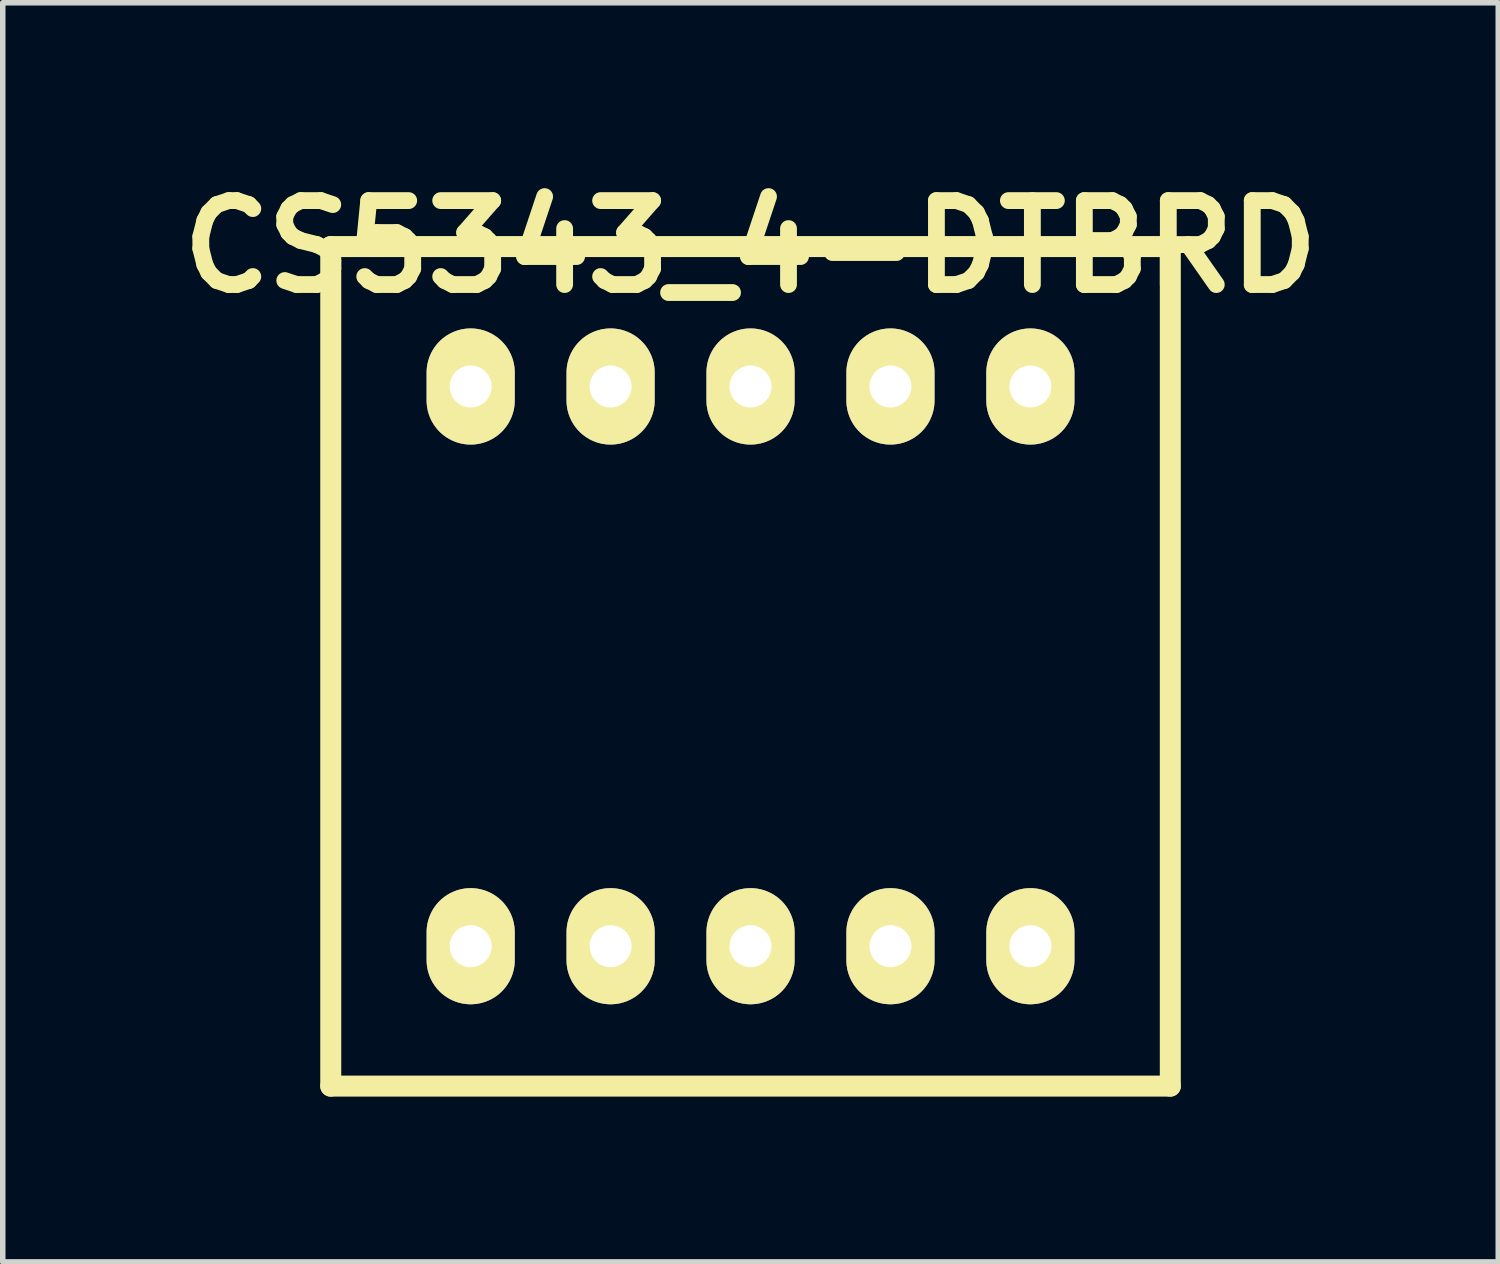
<source format=kicad_pcb>
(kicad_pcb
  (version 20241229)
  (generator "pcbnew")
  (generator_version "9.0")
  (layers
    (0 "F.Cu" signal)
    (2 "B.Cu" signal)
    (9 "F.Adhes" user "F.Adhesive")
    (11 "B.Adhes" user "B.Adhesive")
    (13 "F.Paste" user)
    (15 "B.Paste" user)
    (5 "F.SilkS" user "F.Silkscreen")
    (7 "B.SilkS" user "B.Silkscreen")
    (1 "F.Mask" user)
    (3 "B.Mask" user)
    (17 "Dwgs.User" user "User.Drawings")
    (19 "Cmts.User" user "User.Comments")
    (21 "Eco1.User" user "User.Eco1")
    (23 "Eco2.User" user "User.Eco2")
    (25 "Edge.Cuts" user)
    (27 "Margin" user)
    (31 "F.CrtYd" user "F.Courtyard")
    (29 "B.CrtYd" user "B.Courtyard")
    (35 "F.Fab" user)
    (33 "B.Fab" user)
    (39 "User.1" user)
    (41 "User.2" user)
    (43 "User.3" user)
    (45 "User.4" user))
  (footprint "CS5343_4-DTBRD"
    (layer "F.Cu")
    (at 10.574 9.046)
    (property "Reference" "CS5343_4-DTBRD" (at 0 -7.62 0) (layer "F.SilkS") (effects (font (size 1.524 1.524) (thickness 0.305))))
    (attr through_hole)
    (fp_line (start -7.62 -7.62) (end 7.62 -7.62) (stroke (width 0.381) (type solid)) (layer "F.SilkS"))
    (fp_line (start -7.62 7.62) (end -7.62 -7.62) (stroke (width 0.381) (type solid)) (layer "F.SilkS"))
    (fp_line (start 7.62 -7.62) (end 7.62 7.62) (stroke (width 0.381) (type solid)) (layer "F.SilkS"))
    (fp_line (start 7.62 7.62) (end -7.62 7.62) (stroke (width 0.381) (type solid)) (layer "F.SilkS"))
    (pad "1" thru_hole oval (at -5.08 5.08) (size 1.6 2.108) (drill 0.762) (layers "*.Cu" "*.Mask" "F.SilkS"))
    (pad "2" thru_hole oval (at -2.54 5.08) (size 1.6 2.108) (drill 0.762) (layers "*.Cu" "*.Mask" "F.SilkS"))
    (pad "3" thru_hole oval (at 0 5.08) (size 1.6 2.108) (drill 0.762) (layers "*.Cu" "*.Mask" "F.SilkS"))
    (pad "4" thru_hole oval (at 2.54 5.08) (size 1.6 2.108) (drill 0.762) (layers "*.Cu" "*.Mask" "F.SilkS"))
    (pad "5" thru_hole oval (at 5.08 5.08) (size 1.6 2.108) (drill 0.762) (layers "*.Cu" "*.Mask" "F.SilkS"))
    (pad "6" thru_hole oval (at 5.08 -5.08) (size 1.6 2.108) (drill 0.762) (layers "*.Cu" "*.Mask" "F.SilkS"))
    (pad "7" thru_hole oval (at 2.54 -5.08) (size 1.6 2.108) (drill 0.762) (layers "*.Cu" "*.Mask" "F.SilkS"))
    (pad "8" thru_hole oval (at 0 -5.08) (size 1.6 2.108) (drill 0.762) (layers "*.Cu" "*.Mask" "F.SilkS"))
    (pad "9" thru_hole oval (at -2.54 -5.08) (size 1.6 2.108) (drill 0.762) (layers "*.Cu" "*.Mask" "F.SilkS"))
    (pad "10" thru_hole oval (at -5.08 -5.08) (size 1.6 2.108) (drill 0.762) (layers "*.Cu" "*.Mask" "F.SilkS")))
  (gr_rect
    (start -3 -3)
    (end 24.147 19.857)
    (stroke (width 0.1) (type default))
    (fill no)
    (layer "Edge.Cuts")))
</source>
